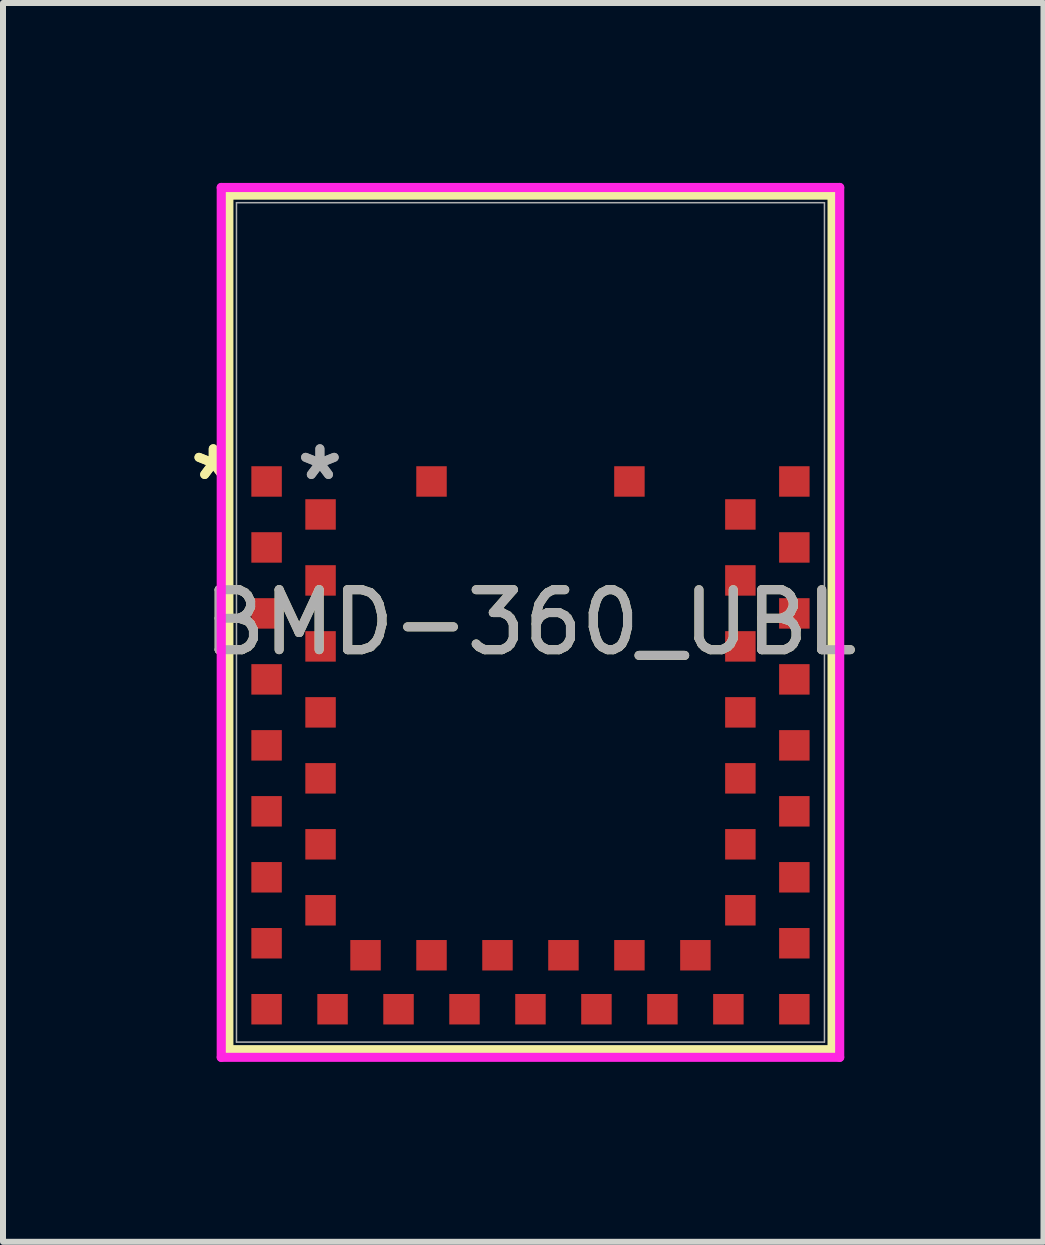
<source format=kicad_pcb>
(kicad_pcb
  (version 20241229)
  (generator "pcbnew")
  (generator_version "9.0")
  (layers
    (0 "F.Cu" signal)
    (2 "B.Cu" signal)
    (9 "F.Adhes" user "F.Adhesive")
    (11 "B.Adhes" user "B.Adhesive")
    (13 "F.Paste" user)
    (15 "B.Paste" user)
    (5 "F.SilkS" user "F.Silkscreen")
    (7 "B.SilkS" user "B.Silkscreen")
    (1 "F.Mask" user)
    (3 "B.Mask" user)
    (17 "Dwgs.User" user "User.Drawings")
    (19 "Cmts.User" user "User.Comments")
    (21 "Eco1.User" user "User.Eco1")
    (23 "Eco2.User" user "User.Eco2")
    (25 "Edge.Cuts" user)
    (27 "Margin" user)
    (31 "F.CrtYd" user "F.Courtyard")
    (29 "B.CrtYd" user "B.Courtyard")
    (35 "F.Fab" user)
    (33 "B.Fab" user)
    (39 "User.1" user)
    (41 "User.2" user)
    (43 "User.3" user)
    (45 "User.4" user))
  (footprint "BMD-360_UBL"
    (layer "F.Cu")
    (at 5.795 7.328)
    (property "Reference" "BMD-360_UBL" (at 0 0 0) (unlocked yes) (layer "F.SilkS") (effects (font (size 1 1) (thickness 0.15))))
    (attr smd)
    (fp_line (start -5.029 -7.125) (end 5.029 -7.125) (stroke (width 0.152) (type solid)) (layer "F.SilkS"))
    (fp_line (start -5.029 7.125) (end -5.029 -7.125) (stroke (width 0.152) (type solid)) (layer "F.SilkS"))
    (fp_line (start 5.029 -7.125) (end 5.029 7.125) (stroke (width 0.152) (type solid)) (layer "F.SilkS"))
    (fp_line (start 5.029 7.125) (end -5.029 7.125) (stroke (width 0.152) (type solid)) (layer "F.SilkS"))
    (fp_poly (pts (xy -4.902 -6.998) (xy -4.902 -2.604) (xy 4.902 -2.604) (xy 4.902 -6.998)) (stroke (width 0.1) (type solid)) (fill no) (layer "Eco2.User"))
    (fp_line (start -5.156 -7.252) (end -5.156 7.252) (stroke (width 0.152) (type solid)) (layer "F.CrtYd"))
    (fp_line (start -5.156 7.252) (end 5.156 7.252) (stroke (width 0.152) (type solid)) (layer "F.CrtYd"))
    (fp_line (start 5.156 -7.252) (end -5.156 -7.252) (stroke (width 0.152) (type solid)) (layer "F.CrtYd"))
    (fp_line (start 5.156 7.252) (end 5.156 -7.252) (stroke (width 0.152) (type solid)) (layer "F.CrtYd"))
    (fp_line (start -4.902 -6.998) (end -4.902 6.998) (stroke (width 0.025) (type solid)) (layer "F.Fab"))
    (fp_line (start -4.902 6.998) (end 4.902 6.998) (stroke (width 0.025) (type solid)) (layer "F.Fab"))
    (fp_line (start 4.902 -6.998) (end -4.902 -6.998) (stroke (width 0.025) (type solid)) (layer "F.Fab"))
    (fp_line (start 4.902 6.998) (end 4.902 -6.998) (stroke (width 0.025) (type solid)) (layer "F.Fab"))
    (fp_text user "*" (at -5.289 -2.35 0) (layer "F.SilkS") (effects (font (size 1 1) (thickness 0.15))))
    (fp_text user "*" (at -5.289 -2.35 0) (unlocked yes) (layer "F.SilkS") (effects (font (size 1 1) (thickness 0.15))))
    (fp_text user "*" (at -3.511 -2.35 0) (layer "F.Fab") (effects (font (size 1 1) (thickness 0.15))))
    (fp_text user "${REFERENCE}" (at 0 0 0) (unlocked yes) (layer "F.Fab") (effects (font (size 1 1) (thickness 0.15))))
    (fp_text user "*" (at -3.511 -2.35 0) (unlocked yes) (layer "F.Fab") (effects (font (size 1 1) (thickness 0.15))))
    (pad "1" smd rect (at -4.4 -2.35) (size 0.508 0.508) (layers "F.Cu" "F.Mask" "F.Paste"))
    (pad "2" smd rect (at -3.5 -1.8) (size 0.508 0.508) (layers "F.Cu" "F.Mask" "F.Paste"))
    (pad "3" smd rect (at -4.4 -1.25) (size 0.508 0.508) (layers "F.Cu" "F.Mask" "F.Paste"))
    (pad "4" smd rect (at -3.5 -0.7) (size 0.508 0.508) (layers "F.Cu" "F.Mask" "F.Paste"))
    (pad "5" smd rect (at -4.4 -0.15) (size 0.508 0.508) (layers "F.Cu" "F.Mask" "F.Paste"))
    (pad "6" smd rect (at -3.5 0.4) (size 0.508 0.508) (layers "F.Cu" "F.Mask" "F.Paste"))
    (pad "7" smd rect (at -4.4 0.95) (size 0.508 0.508) (layers "F.Cu" "F.Mask" "F.Paste"))
    (pad "8" smd rect (at -3.5 1.5) (size 0.508 0.508) (layers "F.Cu" "F.Mask" "F.Paste"))
    (pad "9" smd rect (at -4.4 2.05) (size 0.508 0.508) (layers "F.Cu" "F.Mask" "F.Paste"))
    (pad "10" smd rect (at -3.5 2.6) (size 0.508 0.508) (layers "F.Cu" "F.Mask" "F.Paste"))
    (pad "11" smd rect (at -4.4 3.15) (size 0.508 0.508) (layers "F.Cu" "F.Mask" "F.Paste"))
    (pad "12" smd rect (at -3.5 3.7) (size 0.508 0.508) (layers "F.Cu" "F.Mask" "F.Paste"))
    (pad "13" smd rect (at -4.4 4.25) (size 0.508 0.508) (layers "F.Cu" "F.Mask" "F.Paste"))
    (pad "14" smd rect (at -3.5 4.8) (size 0.508 0.508) (layers "F.Cu" "F.Mask" "F.Paste"))
    (pad "15" smd rect (at -4.4 5.35) (size 0.508 0.508) (layers "F.Cu" "F.Mask" "F.Paste"))
    (pad "16" smd rect (at -4.4 6.45) (size 0.508 0.508) (layers "F.Cu" "F.Mask" "F.Paste"))
    (pad "17" smd rect (at -3.3 6.45 90) (size 0.508 0.508) (layers "F.Cu" "F.Mask" "F.Paste"))
    (pad "18" smd rect (at -2.75 5.55 90) (size 0.508 0.508) (layers "F.Cu" "F.Mask" "F.Paste"))
    (pad "19" smd rect (at -2.2 6.45 90) (size 0.508 0.508) (layers "F.Cu" "F.Mask" "F.Paste"))
    (pad "20" smd rect (at -1.65 5.55 90) (size 0.508 0.508) (layers "F.Cu" "F.Mask" "F.Paste"))
    (pad "21" smd rect (at -1.1 6.45 90) (size 0.508 0.508) (layers "F.Cu" "F.Mask" "F.Paste"))
    (pad "22" smd rect (at -0.55 5.55 90) (size 0.508 0.508) (layers "F.Cu" "F.Mask" "F.Paste"))
    (pad "23" smd rect (at 0 6.45 90) (size 0.508 0.508) (layers "F.Cu" "F.Mask" "F.Paste"))
    (pad "24" smd rect (at 0.55 5.55 90) (size 0.508 0.508) (layers "F.Cu" "F.Mask" "F.Paste"))
    (pad "25" smd rect (at 1.1 6.45 90) (size 0.508 0.508) (layers "F.Cu" "F.Mask" "F.Paste"))
    (pad "26" smd rect (at 1.65 5.55 90) (size 0.508 0.508) (layers "F.Cu" "F.Mask" "F.Paste"))
    (pad "27" smd rect (at 2.2 6.45 90) (size 0.508 0.508) (layers "F.Cu" "F.Mask" "F.Paste"))
    (pad "28" smd rect (at 2.75 5.55 90) (size 0.508 0.508) (layers "F.Cu" "F.Mask" "F.Paste"))
    (pad "29" smd rect (at 3.3 6.45 90) (size 0.508 0.508) (layers "F.Cu" "F.Mask" "F.Paste"))
    (pad "30" smd rect (at 4.4 6.45) (size 0.508 0.508) (layers "F.Cu" "F.Mask" "F.Paste"))
    (pad "31" smd rect (at 4.4 5.35) (size 0.508 0.508) (layers "F.Cu" "F.Mask" "F.Paste"))
    (pad "32" smd rect (at 3.5 4.8) (size 0.508 0.508) (layers "F.Cu" "F.Mask" "F.Paste"))
    (pad "33" smd rect (at 4.4 4.25) (size 0.508 0.508) (layers "F.Cu" "F.Mask" "F.Paste"))
    (pad "34" smd rect (at 3.5 3.7) (size 0.508 0.508) (layers "F.Cu" "F.Mask" "F.Paste"))
    (pad "35" smd rect (at 4.4 3.15) (size 0.508 0.508) (layers "F.Cu" "F.Mask" "F.Paste"))
    (pad "36" smd rect (at 3.5 2.6) (size 0.508 0.508) (layers "F.Cu" "F.Mask" "F.Paste"))
    (pad "37" smd rect (at 4.4 2.05) (size 0.508 0.508) (layers "F.Cu" "F.Mask" "F.Paste"))
    (pad "38" smd rect (at 3.5 1.5) (size 0.508 0.508) (layers "F.Cu" "F.Mask" "F.Paste"))
    (pad "39" smd rect (at 4.4 0.95) (size 0.508 0.508) (layers "F.Cu" "F.Mask" "F.Paste"))
    (pad "40" smd rect (at 3.5 0.4) (size 0.508 0.508) (layers "F.Cu" "F.Mask" "F.Paste"))
    (pad "41" smd rect (at 4.4 -0.15) (size 0.508 0.508) (layers "F.Cu" "F.Mask" "F.Paste"))
    (pad "42" smd rect (at 3.5 -0.7) (size 0.508 0.508) (layers "F.Cu" "F.Mask" "F.Paste"))
    (pad "43" smd rect (at 4.4 -1.25) (size 0.508 0.508) (layers "F.Cu" "F.Mask" "F.Paste"))
    (pad "44" smd rect (at 3.5 -1.8) (size 0.508 0.508) (layers "F.Cu" "F.Mask" "F.Paste"))
    (pad "45" smd rect (at 4.4 -2.35) (size 0.508 0.508) (layers "F.Cu" "F.Mask" "F.Paste"))
    (pad "46" smd rect (at 1.65 -2.35) (size 0.508 0.508) (layers "F.Cu" "F.Mask" "F.Paste"))
    (pad "47" smd rect (at -1.65 -2.35) (size 0.508 0.508) (layers "F.Cu" "F.Mask" "F.Paste")))
  (gr_rect
    (start -3 -3)
    (end 14.349 17.656)
    (stroke (width 0.1) (type default))
    (fill no)
    (layer "Edge.Cuts")))
</source>
